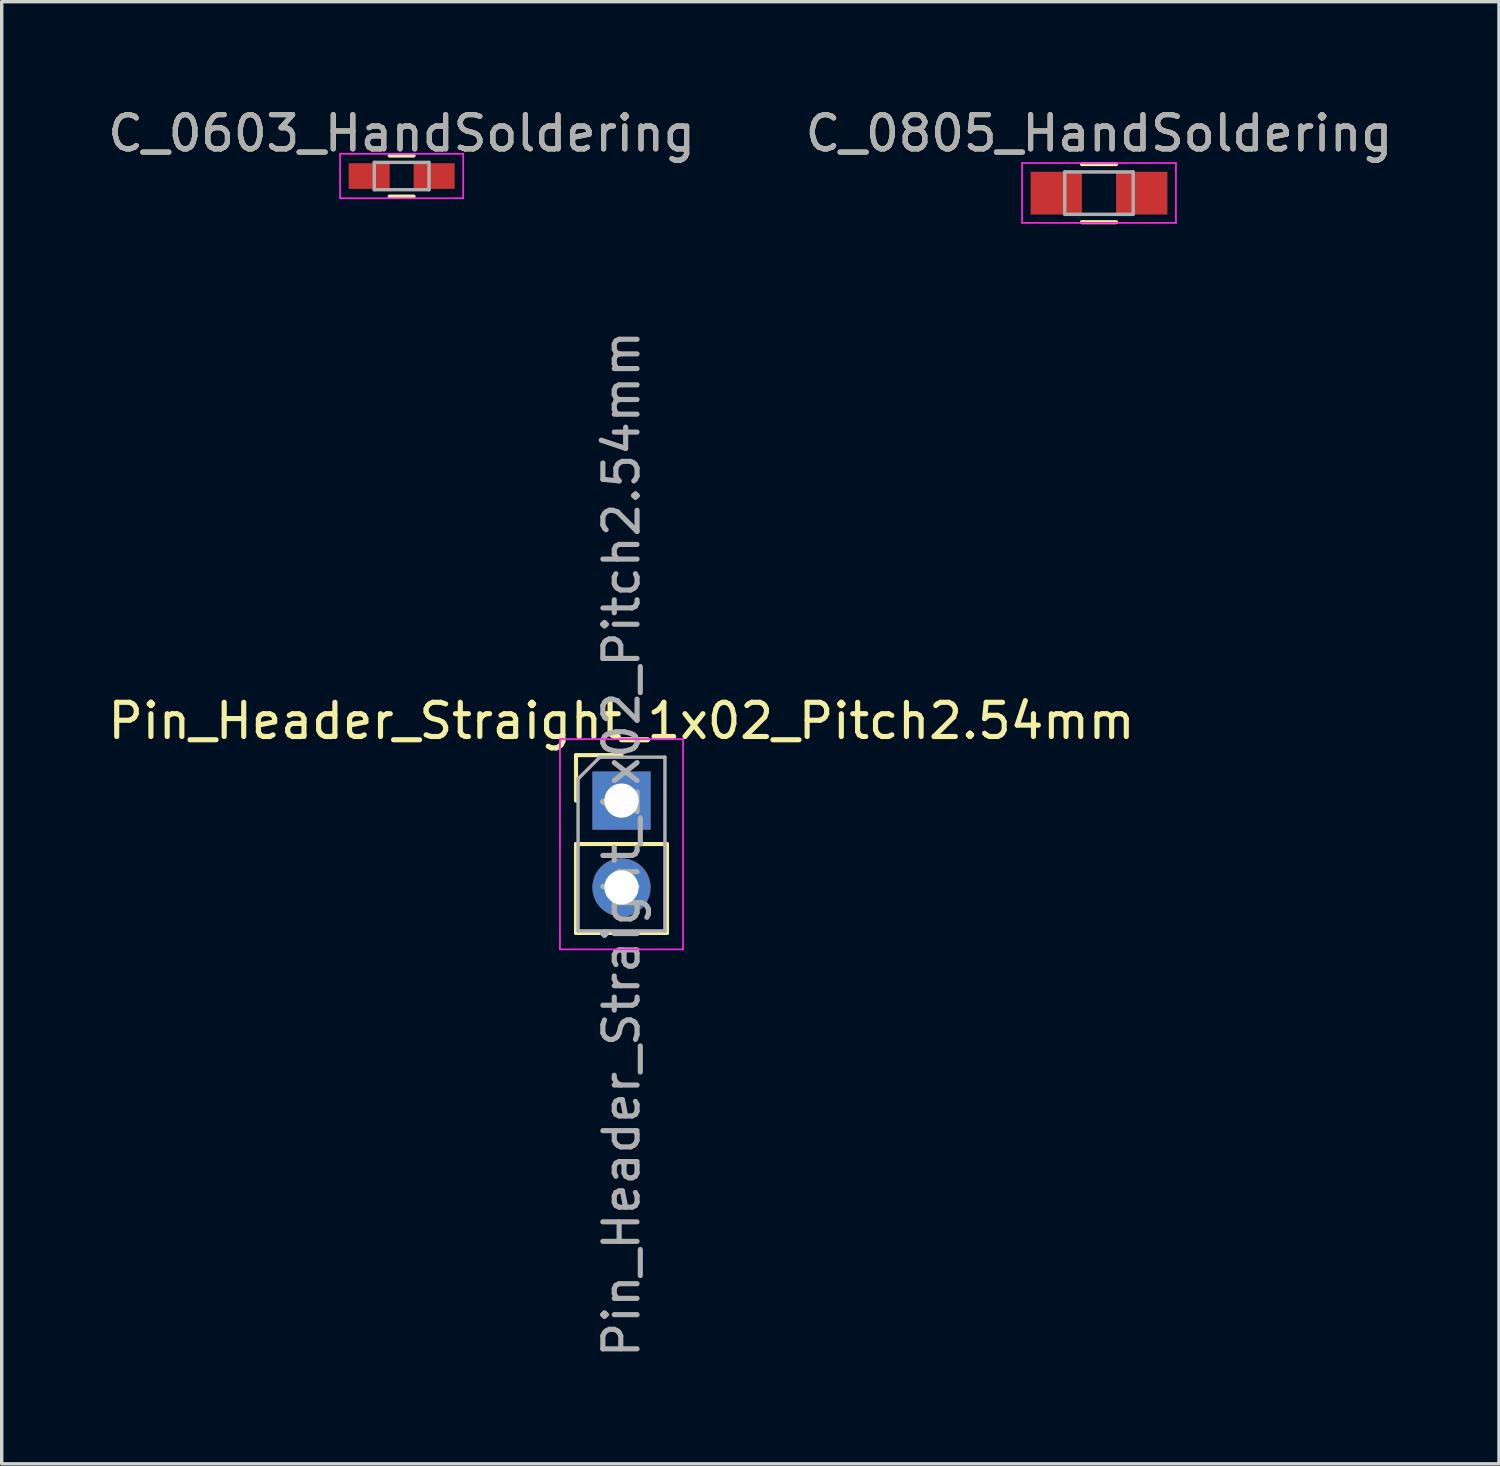
<source format=kicad_pcb>
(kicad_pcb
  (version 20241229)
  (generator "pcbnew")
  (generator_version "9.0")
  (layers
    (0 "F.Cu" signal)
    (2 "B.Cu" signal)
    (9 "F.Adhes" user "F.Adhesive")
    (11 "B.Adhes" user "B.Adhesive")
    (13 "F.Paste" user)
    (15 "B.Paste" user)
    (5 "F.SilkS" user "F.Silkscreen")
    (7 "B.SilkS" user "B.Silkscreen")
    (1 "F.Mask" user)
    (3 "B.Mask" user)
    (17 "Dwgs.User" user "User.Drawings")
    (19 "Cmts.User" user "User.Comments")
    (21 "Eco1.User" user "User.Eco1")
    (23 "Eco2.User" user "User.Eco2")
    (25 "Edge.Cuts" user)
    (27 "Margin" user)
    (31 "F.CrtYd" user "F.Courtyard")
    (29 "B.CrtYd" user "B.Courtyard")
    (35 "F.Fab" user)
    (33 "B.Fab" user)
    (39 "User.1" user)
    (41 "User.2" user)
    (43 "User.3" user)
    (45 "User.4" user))
  (footprint "Pin_Header_Straight_1x02_Pitch2.54mm"
    (layer "F.Cu")
    (at 15.125 20.363)
    (property "Reference" "Pin_Header_Straight_1x02_Pitch2.54mm" (at 0 -2.33 0) (layer "F.SilkS") (effects (font (size 1 1) (thickness 0.15))))
    (attr through_hole)
    (fp_line (start -1.33 -1.33) (end 0 -1.33) (stroke (width 0.12) (type solid)) (layer "F.SilkS"))
    (fp_line (start -1.33 0) (end -1.33 -1.33) (stroke (width 0.12) (type solid)) (layer "F.SilkS"))
    (fp_line (start -1.33 1.27) (end -1.33 3.87) (stroke (width 0.12) (type solid)) (layer "F.SilkS"))
    (fp_line (start -1.33 1.27) (end 1.33 1.27) (stroke (width 0.12) (type solid)) (layer "F.SilkS"))
    (fp_line (start -1.33 3.87) (end 1.33 3.87) (stroke (width 0.12) (type solid)) (layer "F.SilkS"))
    (fp_line (start 1.33 1.27) (end 1.33 3.87) (stroke (width 0.12) (type solid)) (layer "F.SilkS"))
    (fp_line (start -1.8 -1.8) (end -1.8 4.35) (stroke (width 0.05) (type solid)) (layer "F.CrtYd"))
    (fp_line (start -1.8 4.35) (end 1.8 4.35) (stroke (width 0.05) (type solid)) (layer "F.CrtYd"))
    (fp_line (start 1.8 -1.8) (end -1.8 -1.8) (stroke (width 0.05) (type solid)) (layer "F.CrtYd"))
    (fp_line (start 1.8 4.35) (end 1.8 -1.8) (stroke (width 0.05) (type solid)) (layer "F.CrtYd"))
    (fp_line (start -1.27 -0.635) (end -0.635 -1.27) (stroke (width 0.1) (type solid)) (layer "F.Fab"))
    (fp_line (start -1.27 3.81) (end -1.27 -0.635) (stroke (width 0.1) (type solid)) (layer "F.Fab"))
    (fp_line (start -0.635 -1.27) (end 1.27 -1.27) (stroke (width 0.1) (type solid)) (layer "F.Fab"))
    (fp_line (start 1.27 -1.27) (end 1.27 3.81) (stroke (width 0.1) (type solid)) (layer "F.Fab"))
    (fp_line (start 1.27 3.81) (end -1.27 3.81) (stroke (width 0.1) (type solid)) (layer "F.Fab"))
    (fp_text user "${REFERENCE}" (at 0 1.27 90) (layer "F.Fab") (effects (font (size 1 1) (thickness 0.15))))
    (pad "1" thru_hole rect (at 0 0) (size 1.7 1.7) (drill 1) (layers "*.Cu" "*.Mask"))
    (pad "2" thru_hole oval (at 0 2.54) (size 1.7 1.7) (drill 1) (layers "*.Cu" "*.Mask")))
  (footprint "C_0603_HandSoldering"
    (layer "F.Cu")
    (at 8.696 2.098)
    (property "Reference" "C_0603_HandSoldering" (at 0 -1.25 0) (layer "F.SilkS") (effects (font (size 1 1) (thickness 0.15))))
    (attr smd)
    (fp_line (start -0.35 -0.6) (end 0.35 -0.6) (stroke (width 0.12) (type solid)) (layer "F.SilkS"))
    (fp_line (start 0.35 0.6) (end -0.35 0.6) (stroke (width 0.12) (type solid)) (layer "F.SilkS"))
    (fp_line (start -1.8 -0.65) (end -1.8 0.65) (stroke (width 0.05) (type solid)) (layer "F.CrtYd"))
    (fp_line (start -1.8 -0.65) (end 1.8 -0.65) (stroke (width 0.05) (type solid)) (layer "F.CrtYd"))
    (fp_line (start 1.8 0.65) (end -1.8 0.65) (stroke (width 0.05) (type solid)) (layer "F.CrtYd"))
    (fp_line (start 1.8 0.65) (end 1.8 -0.65) (stroke (width 0.05) (type solid)) (layer "F.CrtYd"))
    (fp_line (start -0.8 -0.4) (end 0.8 -0.4) (stroke (width 0.1) (type solid)) (layer "F.Fab"))
    (fp_line (start -0.8 0.4) (end -0.8 -0.4) (stroke (width 0.1) (type solid)) (layer "F.Fab"))
    (fp_line (start 0.8 -0.4) (end 0.8 0.4) (stroke (width 0.1) (type solid)) (layer "F.Fab"))
    (fp_line (start 0.8 0.4) (end -0.8 0.4) (stroke (width 0.1) (type solid)) (layer "F.Fab"))
    (fp_text user "${REFERENCE}" (at 0 -1.25 0) (layer "F.Fab") (effects (font (size 1 1) (thickness 0.15))))
    (pad "1" smd rect (at -0.95 0) (size 1.2 0.75) (layers "F.Cu" "F.Mask" "F.Paste"))
    (pad "2" smd rect (at 0.95 0) (size 1.2 0.75) (layers "F.Cu" "F.Mask" "F.Paste")))
  (footprint "C_0805_HandSoldering"
    (layer "F.Cu")
    (at 29.089 2.598)
    (property "Reference" "C_0805_HandSoldering" (at 0 -1.75 0) (layer "F.SilkS") (effects (font (size 1 1) (thickness 0.15))))
    (attr smd)
    (fp_line (start -0.5 0.85) (end 0.5 0.85) (stroke (width 0.12) (type solid)) (layer "F.SilkS"))
    (fp_line (start 0.5 -0.85) (end -0.5 -0.85) (stroke (width 0.12) (type solid)) (layer "F.SilkS"))
    (fp_line (start -2.25 -0.88) (end -2.25 0.87) (stroke (width 0.05) (type solid)) (layer "F.CrtYd"))
    (fp_line (start -2.25 -0.88) (end 2.25 -0.88) (stroke (width 0.05) (type solid)) (layer "F.CrtYd"))
    (fp_line (start 2.25 0.87) (end -2.25 0.87) (stroke (width 0.05) (type solid)) (layer "F.CrtYd"))
    (fp_line (start 2.25 0.87) (end 2.25 -0.88) (stroke (width 0.05) (type solid)) (layer "F.CrtYd"))
    (fp_line (start -1 -0.62) (end 1 -0.62) (stroke (width 0.1) (type solid)) (layer "F.Fab"))
    (fp_line (start -1 0.62) (end -1 -0.62) (stroke (width 0.1) (type solid)) (layer "F.Fab"))
    (fp_line (start 1 -0.62) (end 1 0.62) (stroke (width 0.1) (type solid)) (layer "F.Fab"))
    (fp_line (start 1 0.62) (end -1 0.62) (stroke (width 0.1) (type solid)) (layer "F.Fab"))
    (fp_text user "${REFERENCE}" (at 0 -1.75 0) (layer "F.Fab") (effects (font (size 1 1) (thickness 0.15))))
    (pad "1" smd rect (at -1.25 0) (size 1.5 1.25) (layers "F.Cu" "F.Mask" "F.Paste"))
    (pad "2" smd rect (at 1.25 0) (size 1.5 1.25) (layers "F.Cu" "F.Mask" "F.Paste")))
  (gr_rect
    (start -3 -3)
    (end 40.786 39.758)
    (stroke (width 0.1) (type default))
    (fill no)
    (layer "Edge.Cuts")))
</source>
